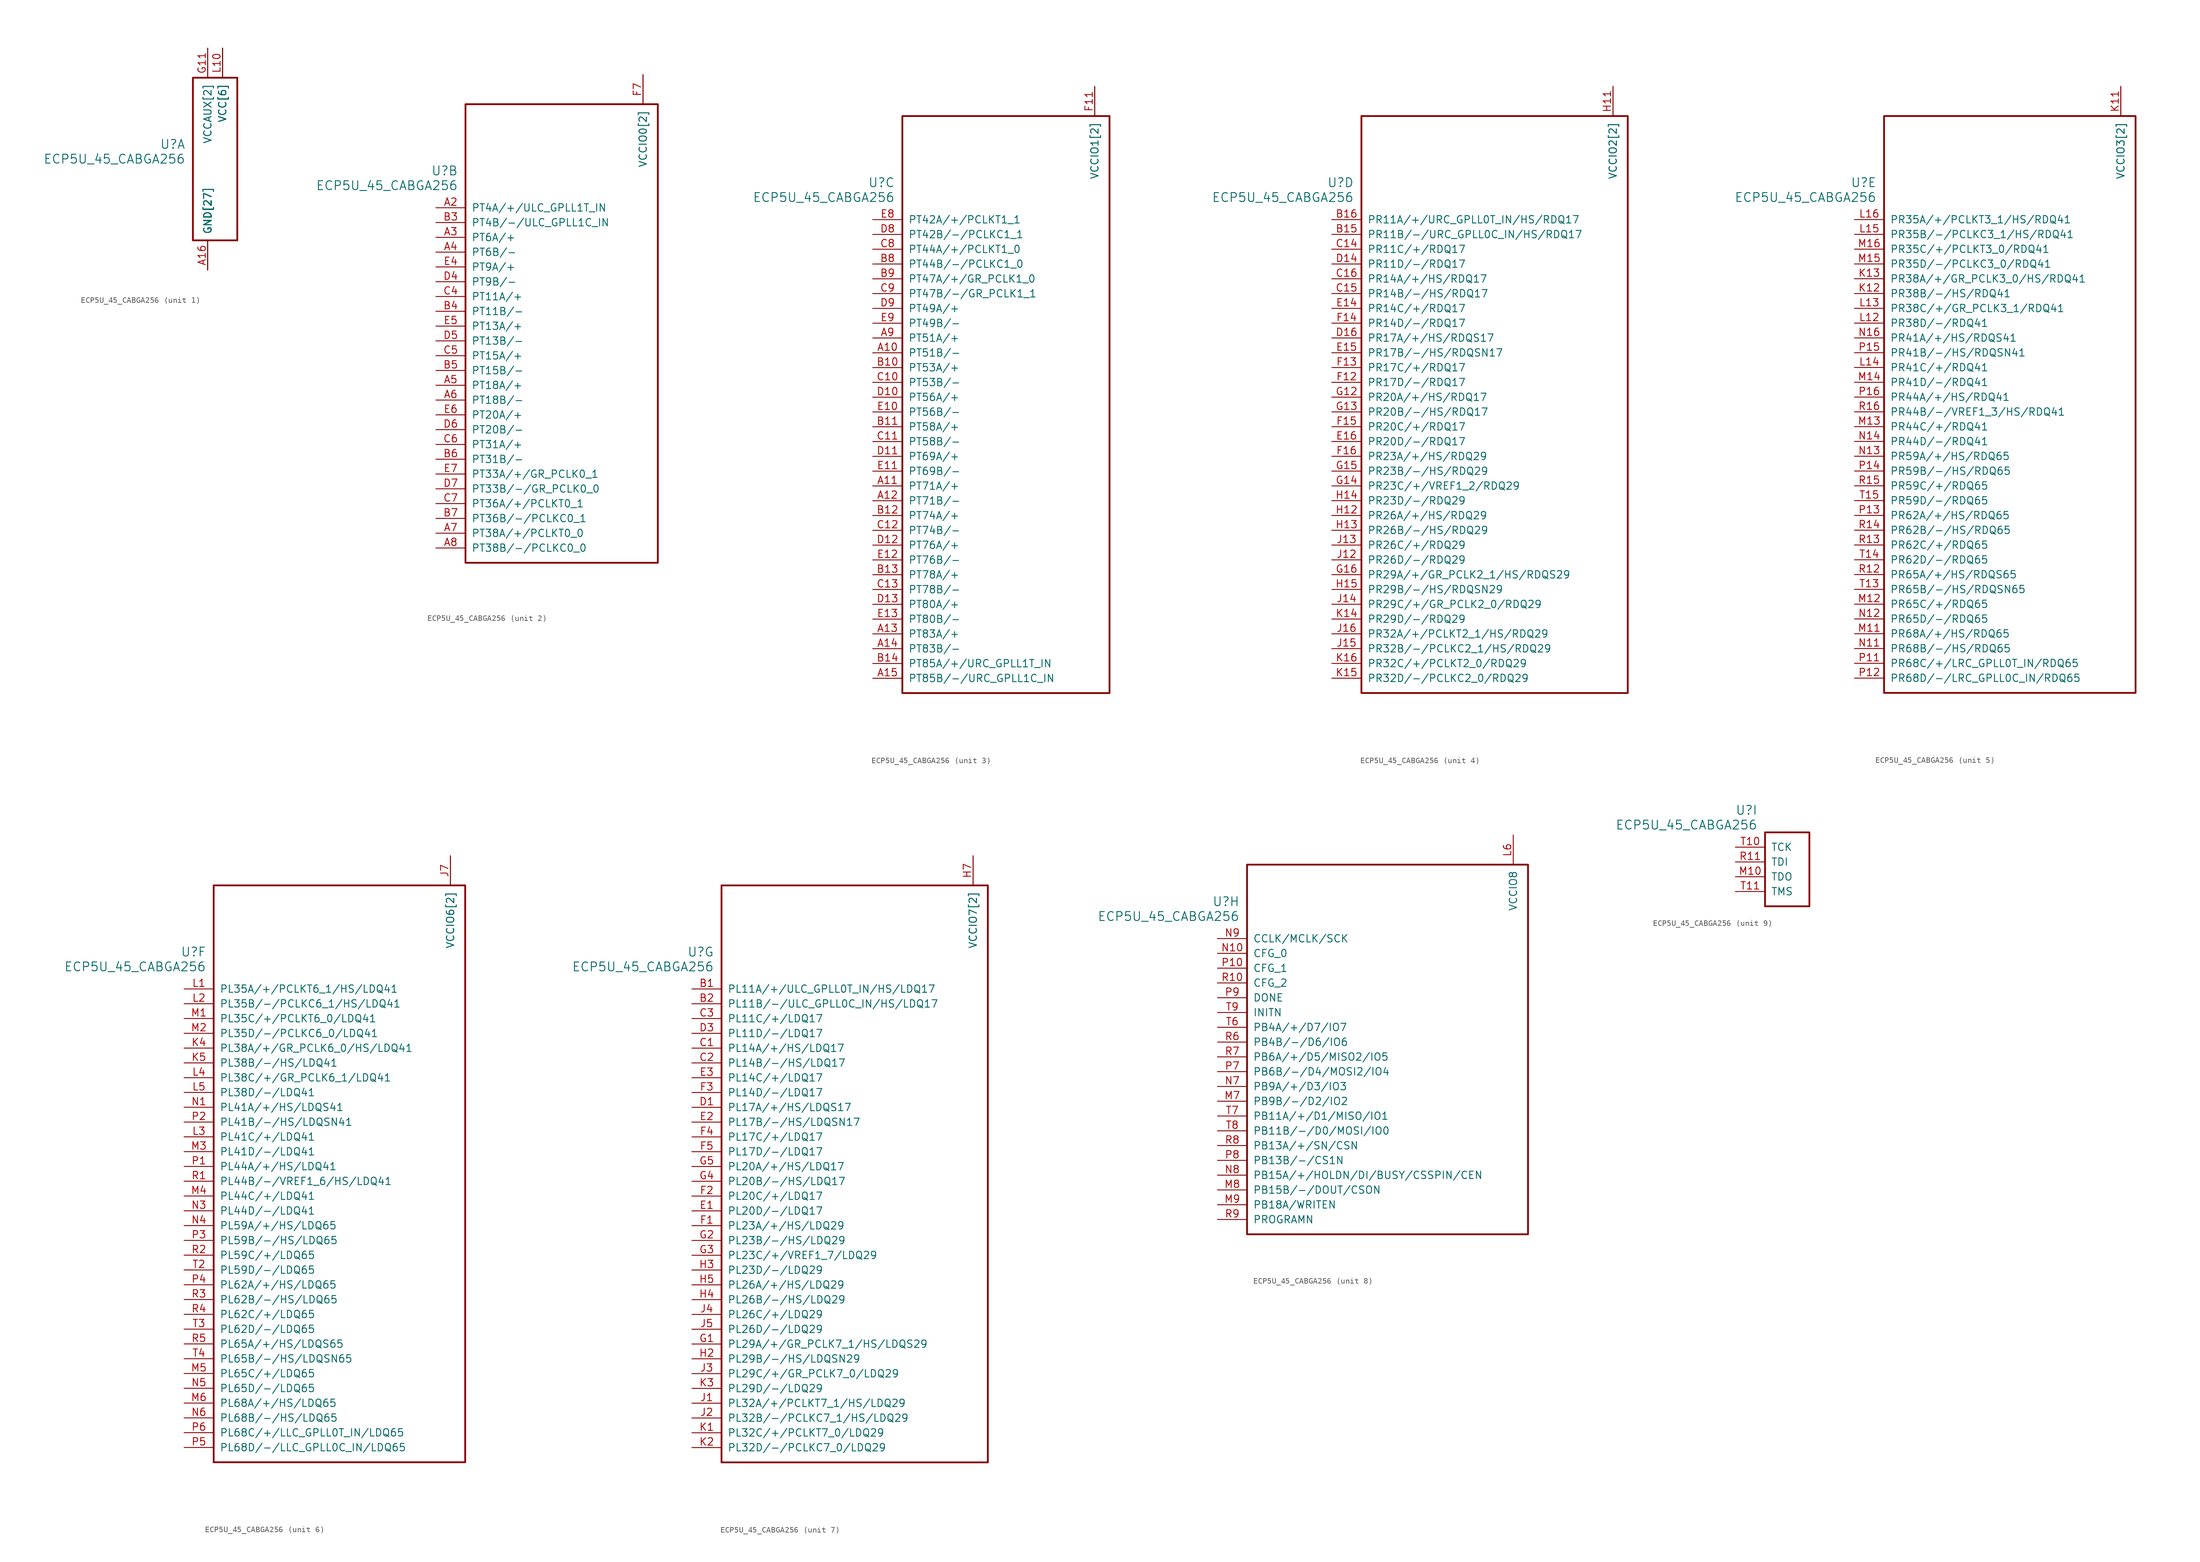
<source format=kicad_sym>
(kicad_symbol_lib
  (version 20231120)
  (generator "kicad_symbol_editor")
  (generator_version "8.0")
  (symbol "ECP5U_45_CABGA256"
    (pin_names
      (offset 1.016))
    (property "Reference" "U"
      (at 3.81 6.35 0)
      (effects (font (size 1.524 1.524)) (justify right)))
    (property "Value" "ECP5U_45_CABGA256"
      (at 3.81 3.81 0)
      (effects (font (size 1.524 1.524)) (justify right)))
    (property "ki_locked" ""
      (at 0 0 0)
      (effects (font (size 1.27 1.27))))
    (symbol "ECP5U_45_CABGA256_1_1"
      (rectangle (start 5.08 17.78) (end 12.7 -10.16) (stroke (width 0.305) (type default)) (fill (type none)))
      (pin power_in line (at 7.62 -15.24 90) (length 5.08) (name "GND[27]" (effects (font (size 1.27 1.27)))) (number "A1" (effects (font (size 0 0)))))
      (pin power_in line (at 7.62 -15.24 90) (length 5.08) (name "GND[27]" (effects (font (size 1.27 1.27)))) (number "A16" (effects (font (size 1.27 1.27)))))
      (pin power_in line (at 7.62 -15.24 90) (length 5.08) (name "GND[27]" (effects (font (size 1.27 1.27)))) (number "D15" (effects (font (size 0 0)))))
      (pin power_in line (at 7.62 -15.24 90) (length 5.08) (name "GND[27]" (effects (font (size 1.27 1.27)))) (number "D2" (effects (font (size 0 0)))))
      (pin power_in line (at 7.62 -15.24 90) (length 5.08) (name "GND[27]" (effects (font (size 1.27 1.27)))) (number "F8" (effects (font (size 0 0)))))
      (pin power_in line (at 7.62 -15.24 90) (length 5.08) (name "GND[27]" (effects (font (size 1.27 1.27)))) (number "F9" (effects (font (size 0 0)))))
      (pin power_in line (at 7.62 -15.24 90) (length 5.08) (name "GND[27]" (effects (font (size 1.27 1.27)))) (number "G10" (effects (font (size 0 0)))))
      (pin power_in line (at 7.62 22.86 270) (length 5.08) (name "VCCAUX[2]" (effects (font (size 1.27 1.27)))) (number "G11" (effects (font (size 1.27 1.27)))))
      (pin power_in line (at 10.16 22.86 270) (length 5.08) (name "VCC[6]" (effects (font (size 1.27 1.27)))) (number "G6" (effects (font (size 0 0)))))
      (pin power_in line (at 10.16 22.86 270) (length 5.08) (name "VCC[6]" (effects (font (size 1.27 1.27)))) (number "G7" (effects (font (size 0 0)))))
      (pin power_in line (at 7.62 -15.24 90) (length 5.08) (name "GND[27]" (effects (font (size 1.27 1.27)))) (number "G8" (effects (font (size 0 0)))))
      (pin power_in line (at 10.16 22.86 270) (length 5.08) (name "VCC[6]" (effects (font (size 1.27 1.27)))) (number "G9" (effects (font (size 0 0)))))
      (pin power_in line (at 7.62 -15.24 90) (length 5.08) (name "GND[27]" (effects (font (size 1.27 1.27)))) (number "H1" (effects (font (size 0 0)))))
      (pin power_in line (at 7.62 -15.24 90) (length 5.08) (name "GND[27]" (effects (font (size 1.27 1.27)))) (number "H10" (effects (font (size 0 0)))))
      (pin power_in line (at 7.62 -15.24 90) (length 5.08) (name "GND[27]" (effects (font (size 1.27 1.27)))) (number "H16" (effects (font (size 0 0)))))
      (pin power_in line (at 7.62 -15.24 90) (length 5.08) (name "GND[27]" (effects (font (size 1.27 1.27)))) (number "H8" (effects (font (size 0 0)))))
      (pin power_in line (at 7.62 -15.24 90) (length 5.08) (name "GND[27]" (effects (font (size 1.27 1.27)))) (number "H9" (effects (font (size 0 0)))))
      (pin power_in line (at 7.62 -15.24 90) (length 5.08) (name "GND[27]" (effects (font (size 1.27 1.27)))) (number "J10" (effects (font (size 0 0)))))
      (pin power_in line (at 7.62 -15.24 90) (length 5.08) (name "GND[27]" (effects (font (size 1.27 1.27)))) (number "J8" (effects (font (size 0 0)))))
      (pin power_in line (at 7.62 -15.24 90) (length 5.08) (name "GND[27]" (effects (font (size 1.27 1.27)))) (number "J9" (effects (font (size 0 0)))))
      (pin power_in line (at 7.62 -15.24 90) (length 5.08) (name "GND[27]" (effects (font (size 1.27 1.27)))) (number "K10" (effects (font (size 0 0)))))
      (pin power_in line (at 7.62 -15.24 90) (length 5.08) (name "GND[27]" (effects (font (size 1.27 1.27)))) (number "K6" (effects (font (size 0 0)))))
      (pin power_in line (at 7.62 -15.24 90) (length 5.08) (name "GND[27]" (effects (font (size 1.27 1.27)))) (number "K7" (effects (font (size 0 0)))))
      (pin power_in line (at 7.62 -15.24 90) (length 5.08) (name "GND[27]" (effects (font (size 1.27 1.27)))) (number "K8" (effects (font (size 0 0)))))
      (pin power_in line (at 7.62 -15.24 90) (length 5.08) (name "GND[27]" (effects (font (size 1.27 1.27)))) (number "K9" (effects (font (size 0 0)))))
      (pin power_in line (at 10.16 22.86 270) (length 5.08) (name "VCC[6]" (effects (font (size 1.27 1.27)))) (number "L10" (effects (font (size 1.27 1.27)))))
      (pin power_in line (at 7.62 22.86 270) (length 5.08) (name "VCCAUX[2]" (effects (font (size 1.27 1.27)))) (number "L7" (effects (font (size 0 0)))))
      (pin power_in line (at 10.16 22.86 270) (length 5.08) (name "VCC[6]" (effects (font (size 1.27 1.27)))) (number "L8" (effects (font (size 0 0)))))
      (pin power_in line (at 10.16 22.86 270) (length 5.08) (name "VCC[6]" (effects (font (size 1.27 1.27)))) (number "L9" (effects (font (size 0 0)))))
      (pin power_in line (at 7.62 -15.24 90) (length 5.08) (name "GND[27]" (effects (font (size 1.27 1.27)))) (number "N15" (effects (font (size 0 0)))))
      (pin power_in line (at 7.62 -15.24 90) (length 5.08) (name "GND[27]" (effects (font (size 1.27 1.27)))) (number "N2" (effects (font (size 0 0)))))
      (pin power_in line (at 7.62 -15.24 90) (length 5.08) (name "GND[27]" (effects (font (size 1.27 1.27)))) (number "T1" (effects (font (size 0 0)))))
      (pin power_in line (at 7.62 -15.24 90) (length 5.08) (name "GND[27]" (effects (font (size 1.27 1.27)))) (number "T12" (effects (font (size 0 0)))))
      (pin power_in line (at 7.62 -15.24 90) (length 5.08) (name "GND[27]" (effects (font (size 1.27 1.27)))) (number "T16" (effects (font (size 0 0)))))
      (pin power_in line (at 7.62 -15.24 90) (length 5.08) (name "GND[27]" (effects (font (size 1.27 1.27)))) (number "T5" (effects (font (size 0 0))))))
    (symbol "ECP5U_45_CABGA256_2_1"
      (rectangle (start 5.08 17.78) (end 38.1 -60.96) (stroke (width 0.305) (type default)) (fill (type none)))
      (pin bidirectional line (at 0 0 0) (length 5.08) (name "PT4A/+/ULC_GPLL1T_IN" (effects (font (size 1.27 1.27)))) (number "A2" (effects (font (size 1.27 1.27)))))
      (pin bidirectional line (at 0 -5.08 0) (length 5.08) (name "PT6A/+" (effects (font (size 1.27 1.27)))) (number "A3" (effects (font (size 1.27 1.27)))))
      (pin bidirectional line (at 0 -7.62 0) (length 5.08) (name "PT6B/-" (effects (font (size 1.27 1.27)))) (number "A4" (effects (font (size 1.27 1.27)))))
      (pin bidirectional line (at 0 -30.48 0) (length 5.08) (name "PT18A/+" (effects (font (size 1.27 1.27)))) (number "A5" (effects (font (size 1.27 1.27)))))
      (pin bidirectional line (at 0 -33.02 0) (length 5.08) (name "PT18B/-" (effects (font (size 1.27 1.27)))) (number "A6" (effects (font (size 1.27 1.27)))))
      (pin bidirectional line (at 0 -55.88 0) (length 5.08) (name "PT38A/+/PCLKT0_0" (effects (font (size 1.27 1.27)))) (number "A7" (effects (font (size 1.27 1.27)))))
      (pin bidirectional line (at 0 -58.42 0) (length 5.08) (name "PT38B/-/PCLKC0_0" (effects (font (size 1.27 1.27)))) (number "A8" (effects (font (size 1.27 1.27)))))
      (pin bidirectional line (at 0 -2.54 0) (length 5.08) (name "PT4B/-/ULC_GPLL1C_IN" (effects (font (size 1.27 1.27)))) (number "B3" (effects (font (size 1.27 1.27)))))
      (pin bidirectional line (at 0 -17.78 0) (length 5.08) (name "PT11B/-" (effects (font (size 1.27 1.27)))) (number "B4" (effects (font (size 1.27 1.27)))))
      (pin bidirectional line (at 0 -27.94 0) (length 5.08) (name "PT15B/-" (effects (font (size 1.27 1.27)))) (number "B5" (effects (font (size 1.27 1.27)))))
      (pin bidirectional line (at 0 -43.18 0) (length 5.08) (name "PT31B/-" (effects (font (size 1.27 1.27)))) (number "B6" (effects (font (size 1.27 1.27)))))
      (pin bidirectional line (at 0 -53.34 0) (length 5.08) (name "PT36B/-/PCLKC0_1" (effects (font (size 1.27 1.27)))) (number "B7" (effects (font (size 1.27 1.27)))))
      (pin bidirectional line (at 0 -15.24 0) (length 5.08) (name "PT11A/+" (effects (font (size 1.27 1.27)))) (number "C4" (effects (font (size 1.27 1.27)))))
      (pin bidirectional line (at 0 -25.4 0) (length 5.08) (name "PT15A/+" (effects (font (size 1.27 1.27)))) (number "C5" (effects (font (size 1.27 1.27)))))
      (pin bidirectional line (at 0 -40.64 0) (length 5.08) (name "PT31A/+" (effects (font (size 1.27 1.27)))) (number "C6" (effects (font (size 1.27 1.27)))))
      (pin bidirectional line (at 0 -50.8 0) (length 5.08) (name "PT36A/+/PCLKT0_1" (effects (font (size 1.27 1.27)))) (number "C7" (effects (font (size 1.27 1.27)))))
      (pin bidirectional line (at 0 -12.7 0) (length 5.08) (name "PT9B/-" (effects (font (size 1.27 1.27)))) (number "D4" (effects (font (size 1.27 1.27)))))
      (pin bidirectional line (at 0 -22.86 0) (length 5.08) (name "PT13B/-" (effects (font (size 1.27 1.27)))) (number "D5" (effects (font (size 1.27 1.27)))))
      (pin bidirectional line (at 0 -38.1 0) (length 5.08) (name "PT20B/-" (effects (font (size 1.27 1.27)))) (number "D6" (effects (font (size 1.27 1.27)))))
      (pin bidirectional line (at 0 -48.26 0) (length 5.08) (name "PT33B/-/GR_PCLK0_0" (effects (font (size 1.27 1.27)))) (number "D7" (effects (font (size 1.27 1.27)))))
      (pin bidirectional line (at 0 -10.16 0) (length 5.08) (name "PT9A/+" (effects (font (size 1.27 1.27)))) (number "E4" (effects (font (size 1.27 1.27)))))
      (pin bidirectional line (at 0 -20.32 0) (length 5.08) (name "PT13A/+" (effects (font (size 1.27 1.27)))) (number "E5" (effects (font (size 1.27 1.27)))))
      (pin bidirectional line (at 0 -35.56 0) (length 5.08) (name "PT20A/+" (effects (font (size 1.27 1.27)))) (number "E6" (effects (font (size 1.27 1.27)))))
      (pin bidirectional line (at 0 -45.72 0) (length 5.08) (name "PT33A/+/GR_PCLK0_1" (effects (font (size 1.27 1.27)))) (number "E7" (effects (font (size 1.27 1.27)))))
      (pin power_in line (at 35.56 22.86 270) (length 5.08) (name "VCCIO0[2]" (effects (font (size 1.27 1.27)))) (number "F6" (effects (font (size 0 0)))))
      (pin power_in line (at 35.56 22.86 270) (length 5.08) (name "VCCIO0[2]" (effects (font (size 1.27 1.27)))) (number "F7" (effects (font (size 1.27 1.27))))))
    (symbol "ECP5U_45_CABGA256_3_1"
      (rectangle (start 5.08 17.78) (end 40.64 -81.28) (stroke (width 0.305) (type default)) (fill (type none)))
      (pin bidirectional line (at 0 -22.86 0) (length 5.08) (name "PT51B/-" (effects (font (size 1.27 1.27)))) (number "A10" (effects (font (size 1.27 1.27)))))
      (pin bidirectional line (at 0 -45.72 0) (length 5.08) (name "PT71A/+" (effects (font (size 1.27 1.27)))) (number "A11" (effects (font (size 1.27 1.27)))))
      (pin bidirectional line (at 0 -48.26 0) (length 5.08) (name "PT71B/-" (effects (font (size 1.27 1.27)))) (number "A12" (effects (font (size 1.27 1.27)))))
      (pin bidirectional line (at 0 -71.12 0) (length 5.08) (name "PT83A/+" (effects (font (size 1.27 1.27)))) (number "A13" (effects (font (size 1.27 1.27)))))
      (pin bidirectional line (at 0 -73.66 0) (length 5.08) (name "PT83B/-" (effects (font (size 1.27 1.27)))) (number "A14" (effects (font (size 1.27 1.27)))))
      (pin bidirectional line (at 0 -78.74 0) (length 5.08) (name "PT85B/-/URC_GPLL1C_IN" (effects (font (size 1.27 1.27)))) (number "A15" (effects (font (size 1.27 1.27)))))
      (pin bidirectional line (at 0 -20.32 0) (length 5.08) (name "PT51A/+" (effects (font (size 1.27 1.27)))) (number "A9" (effects (font (size 1.27 1.27)))))
      (pin bidirectional line (at 0 -25.4 0) (length 5.08) (name "PT53A/+" (effects (font (size 1.27 1.27)))) (number "B10" (effects (font (size 1.27 1.27)))))
      (pin bidirectional line (at 0 -35.56 0) (length 5.08) (name "PT58A/+" (effects (font (size 1.27 1.27)))) (number "B11" (effects (font (size 1.27 1.27)))))
      (pin bidirectional line (at 0 -50.8 0) (length 5.08) (name "PT74A/+" (effects (font (size 1.27 1.27)))) (number "B12" (effects (font (size 1.27 1.27)))))
      (pin bidirectional line (at 0 -60.96 0) (length 5.08) (name "PT78A/+" (effects (font (size 1.27 1.27)))) (number "B13" (effects (font (size 1.27 1.27)))))
      (pin bidirectional line (at 0 -76.2 0) (length 5.08) (name "PT85A/+/URC_GPLL1T_IN" (effects (font (size 1.27 1.27)))) (number "B14" (effects (font (size 1.27 1.27)))))
      (pin bidirectional line (at 0 -7.62 0) (length 5.08) (name "PT44B/-/PCLKC1_0" (effects (font (size 1.27 1.27)))) (number "B8" (effects (font (size 1.27 1.27)))))
      (pin bidirectional line (at 0 -10.16 0) (length 5.08) (name "PT47A/+/GR_PCLK1_0" (effects (font (size 1.27 1.27)))) (number "B9" (effects (font (size 1.27 1.27)))))
      (pin bidirectional line (at 0 -27.94 0) (length 5.08) (name "PT53B/-" (effects (font (size 1.27 1.27)))) (number "C10" (effects (font (size 1.27 1.27)))))
      (pin bidirectional line (at 0 -38.1 0) (length 5.08) (name "PT58B/-" (effects (font (size 1.27 1.27)))) (number "C11" (effects (font (size 1.27 1.27)))))
      (pin bidirectional line (at 0 -53.34 0) (length 5.08) (name "PT74B/-" (effects (font (size 1.27 1.27)))) (number "C12" (effects (font (size 1.27 1.27)))))
      (pin bidirectional line (at 0 -63.5 0) (length 5.08) (name "PT78B/-" (effects (font (size 1.27 1.27)))) (number "C13" (effects (font (size 1.27 1.27)))))
      (pin bidirectional line (at 0 -5.08 0) (length 5.08) (name "PT44A/+/PCLKT1_0" (effects (font (size 1.27 1.27)))) (number "C8" (effects (font (size 1.27 1.27)))))
      (pin bidirectional line (at 0 -12.7 0) (length 5.08) (name "PT47B/-/GR_PCLK1_1" (effects (font (size 1.27 1.27)))) (number "C9" (effects (font (size 1.27 1.27)))))
      (pin bidirectional line (at 0 -30.48 0) (length 5.08) (name "PT56A/+" (effects (font (size 1.27 1.27)))) (number "D10" (effects (font (size 1.27 1.27)))))
      (pin bidirectional line (at 0 -40.64 0) (length 5.08) (name "PT69A/+" (effects (font (size 1.27 1.27)))) (number "D11" (effects (font (size 1.27 1.27)))))
      (pin bidirectional line (at 0 -55.88 0) (length 5.08) (name "PT76A/+" (effects (font (size 1.27 1.27)))) (number "D12" (effects (font (size 1.27 1.27)))))
      (pin bidirectional line (at 0 -66.04 0) (length 5.08) (name "PT80A/+" (effects (font (size 1.27 1.27)))) (number "D13" (effects (font (size 1.27 1.27)))))
      (pin bidirectional line (at 0 -2.54 0) (length 5.08) (name "PT42B/-/PCLKC1_1" (effects (font (size 1.27 1.27)))) (number "D8" (effects (font (size 1.27 1.27)))))
      (pin bidirectional line (at 0 -15.24 0) (length 5.08) (name "PT49A/+" (effects (font (size 1.27 1.27)))) (number "D9" (effects (font (size 1.27 1.27)))))
      (pin bidirectional line (at 0 -33.02 0) (length 5.08) (name "PT56B/-" (effects (font (size 1.27 1.27)))) (number "E10" (effects (font (size 1.27 1.27)))))
      (pin bidirectional line (at 0 -43.18 0) (length 5.08) (name "PT69B/-" (effects (font (size 1.27 1.27)))) (number "E11" (effects (font (size 1.27 1.27)))))
      (pin bidirectional line (at 0 -58.42 0) (length 5.08) (name "PT76B/-" (effects (font (size 1.27 1.27)))) (number "E12" (effects (font (size 1.27 1.27)))))
      (pin bidirectional line (at 0 -68.58 0) (length 5.08) (name "PT80B/-" (effects (font (size 1.27 1.27)))) (number "E13" (effects (font (size 1.27 1.27)))))
      (pin bidirectional line (at 0 0 0) (length 5.08) (name "PT42A/+/PCLKT1_1" (effects (font (size 1.27 1.27)))) (number "E8" (effects (font (size 1.27 1.27)))))
      (pin bidirectional line (at 0 -17.78 0) (length 5.08) (name "PT49B/-" (effects (font (size 1.27 1.27)))) (number "E9" (effects (font (size 1.27 1.27)))))
      (pin power_in line (at 38.1 22.86 270) (length 5.08) (name "VCCIO1[2]" (effects (font (size 1.27 1.27)))) (number "F10" (effects (font (size 0 0)))))
      (pin power_in line (at 38.1 22.86 270) (length 5.08) (name "VCCIO1[2]" (effects (font (size 1.27 1.27)))) (number "F11" (effects (font (size 1.27 1.27))))))
    (symbol "ECP5U_45_CABGA256_4_1"
      (rectangle (start 5.08 17.78) (end 50.8 -81.28) (stroke (width 0.305) (type default)) (fill (type none)))
      (pin bidirectional line (at 0 -2.54 0) (length 5.08) (name "PR11B/-/URC_GPLL0C_IN/HS/RDQ17" (effects (font (size 1.27 1.27)))) (number "B15" (effects (font (size 1.27 1.27)))))
      (pin bidirectional line (at 0 0 0) (length 5.08) (name "PR11A/+/URC_GPLL0T_IN/HS/RDQ17" (effects (font (size 1.27 1.27)))) (number "B16" (effects (font (size 1.27 1.27)))))
      (pin bidirectional line (at 0 -5.08 0) (length 5.08) (name "PR11C/+/RDQ17" (effects (font (size 1.27 1.27)))) (number "C14" (effects (font (size 1.27 1.27)))))
      (pin bidirectional line (at 0 -12.7 0) (length 5.08) (name "PR14B/-/HS/RDQ17" (effects (font (size 1.27 1.27)))) (number "C15" (effects (font (size 1.27 1.27)))))
      (pin bidirectional line (at 0 -10.16 0) (length 5.08) (name "PR14A/+/HS/RDQ17" (effects (font (size 1.27 1.27)))) (number "C16" (effects (font (size 1.27 1.27)))))
      (pin bidirectional line (at 0 -7.62 0) (length 5.08) (name "PR11D/-/RDQ17" (effects (font (size 1.27 1.27)))) (number "D14" (effects (font (size 1.27 1.27)))))
      (pin bidirectional line (at 0 -20.32 0) (length 5.08) (name "PR17A/+/HS/RDQS17" (effects (font (size 1.27 1.27)))) (number "D16" (effects (font (size 1.27 1.27)))))
      (pin bidirectional line (at 0 -15.24 0) (length 5.08) (name "PR14C/+/RDQ17" (effects (font (size 1.27 1.27)))) (number "E14" (effects (font (size 1.27 1.27)))))
      (pin bidirectional line (at 0 -22.86 0) (length 5.08) (name "PR17B/-/HS/RDQSN17" (effects (font (size 1.27 1.27)))) (number "E15" (effects (font (size 1.27 1.27)))))
      (pin bidirectional line (at 0 -38.1 0) (length 5.08) (name "PR20D/-/RDQ17" (effects (font (size 1.27 1.27)))) (number "E16" (effects (font (size 1.27 1.27)))))
      (pin bidirectional line (at 0 -27.94 0) (length 5.08) (name "PR17D/-/RDQ17" (effects (font (size 1.27 1.27)))) (number "F12" (effects (font (size 1.27 1.27)))))
      (pin bidirectional line (at 0 -25.4 0) (length 5.08) (name "PR17C/+/RDQ17" (effects (font (size 1.27 1.27)))) (number "F13" (effects (font (size 1.27 1.27)))))
      (pin bidirectional line (at 0 -17.78 0) (length 5.08) (name "PR14D/-/RDQ17" (effects (font (size 1.27 1.27)))) (number "F14" (effects (font (size 1.27 1.27)))))
      (pin bidirectional line (at 0 -35.56 0) (length 5.08) (name "PR20C/+/RDQ17" (effects (font (size 1.27 1.27)))) (number "F15" (effects (font (size 1.27 1.27)))))
      (pin bidirectional line (at 0 -40.64 0) (length 5.08) (name "PR23A/+/HS/RDQ29" (effects (font (size 1.27 1.27)))) (number "F16" (effects (font (size 1.27 1.27)))))
      (pin bidirectional line (at 0 -30.48 0) (length 5.08) (name "PR20A/+/HS/RDQ17" (effects (font (size 1.27 1.27)))) (number "G12" (effects (font (size 1.27 1.27)))))
      (pin bidirectional line (at 0 -33.02 0) (length 5.08) (name "PR20B/-/HS/RDQ17" (effects (font (size 1.27 1.27)))) (number "G13" (effects (font (size 1.27 1.27)))))
      (pin bidirectional line (at 0 -45.72 0) (length 5.08) (name "PR23C/+/VREF1_2/RDQ29" (effects (font (size 1.27 1.27)))) (number "G14" (effects (font (size 1.27 1.27)))))
      (pin bidirectional line (at 0 -43.18 0) (length 5.08) (name "PR23B/-/HS/RDQ29" (effects (font (size 1.27 1.27)))) (number "G15" (effects (font (size 1.27 1.27)))))
      (pin bidirectional line (at 0 -60.96 0) (length 5.08) (name "PR29A/+/GR_PCLK2_1/HS/RDQS29" (effects (font (size 1.27 1.27)))) (number "G16" (effects (font (size 1.27 1.27)))))
      (pin power_in line (at 48.26 22.86 270) (length 5.08) (name "VCCIO2[2]" (effects (font (size 1.27 1.27)))) (number "H11" (effects (font (size 1.27 1.27)))))
      (pin bidirectional line (at 0 -50.8 0) (length 5.08) (name "PR26A/+/HS/RDQ29" (effects (font (size 1.27 1.27)))) (number "H12" (effects (font (size 1.27 1.27)))))
      (pin bidirectional line (at 0 -53.34 0) (length 5.08) (name "PR26B/-/HS/RDQ29" (effects (font (size 1.27 1.27)))) (number "H13" (effects (font (size 1.27 1.27)))))
      (pin bidirectional line (at 0 -48.26 0) (length 5.08) (name "PR23D/-/RDQ29" (effects (font (size 1.27 1.27)))) (number "H14" (effects (font (size 1.27 1.27)))))
      (pin bidirectional line (at 0 -63.5 0) (length 5.08) (name "PR29B/-/HS/RDQSN29" (effects (font (size 1.27 1.27)))) (number "H15" (effects (font (size 1.27 1.27)))))
      (pin power_in line (at 48.26 22.86 270) (length 5.08) (name "VCCIO2[2]" (effects (font (size 1.27 1.27)))) (number "J11" (effects (font (size 0 0)))))
      (pin bidirectional line (at 0 -58.42 0) (length 5.08) (name "PR26D/-/RDQ29" (effects (font (size 1.27 1.27)))) (number "J12" (effects (font (size 1.27 1.27)))))
      (pin bidirectional line (at 0 -55.88 0) (length 5.08) (name "PR26C/+/RDQ29" (effects (font (size 1.27 1.27)))) (number "J13" (effects (font (size 1.27 1.27)))))
      (pin bidirectional line (at 0 -66.04 0) (length 5.08) (name "PR29C/+/GR_PCLK2_0/RDQ29" (effects (font (size 1.27 1.27)))) (number "J14" (effects (font (size 1.27 1.27)))))
      (pin bidirectional line (at 0 -73.66 0) (length 5.08) (name "PR32B/-/PCLKC2_1/HS/RDQ29" (effects (font (size 1.27 1.27)))) (number "J15" (effects (font (size 1.27 1.27)))))
      (pin bidirectional line (at 0 -71.12 0) (length 5.08) (name "PR32A/+/PCLKT2_1/HS/RDQ29" (effects (font (size 1.27 1.27)))) (number "J16" (effects (font (size 1.27 1.27)))))
      (pin bidirectional line (at 0 -68.58 0) (length 5.08) (name "PR29D/-/RDQ29" (effects (font (size 1.27 1.27)))) (number "K14" (effects (font (size 1.27 1.27)))))
      (pin bidirectional line (at 0 -78.74 0) (length 5.08) (name "PR32D/-/PCLKC2_0/RDQ29" (effects (font (size 1.27 1.27)))) (number "K15" (effects (font (size 1.27 1.27)))))
      (pin bidirectional line (at 0 -76.2 0) (length 5.08) (name "PR32C/+/PCLKT2_0/RDQ29" (effects (font (size 1.27 1.27)))) (number "K16" (effects (font (size 1.27 1.27))))))
    (symbol "ECP5U_45_CABGA256_5_1"
      (rectangle (start 5.08 17.78) (end 48.26 -81.28) (stroke (width 0.305) (type default)) (fill (type none)))
      (pin power_in line (at 45.72 22.86 270) (length 5.08) (name "VCCIO3[2]" (effects (font (size 1.27 1.27)))) (number "K11" (effects (font (size 1.27 1.27)))))
      (pin bidirectional line (at 0 -12.7 0) (length 5.08) (name "PR38B/-/HS/RDQ41" (effects (font (size 1.27 1.27)))) (number "K12" (effects (font (size 1.27 1.27)))))
      (pin bidirectional line (at 0 -10.16 0) (length 5.08) (name "PR38A/+/GR_PCLK3_0/HS/RDQ41" (effects (font (size 1.27 1.27)))) (number "K13" (effects (font (size 1.27 1.27)))))
      (pin power_in line (at 45.72 22.86 270) (length 5.08) (name "VCCIO3[2]" (effects (font (size 1.27 1.27)))) (number "L11" (effects (font (size 0 0)))))
      (pin bidirectional line (at 0 -17.78 0) (length 5.08) (name "PR38D/-/RDQ41" (effects (font (size 1.27 1.27)))) (number "L12" (effects (font (size 1.27 1.27)))))
      (pin bidirectional line (at 0 -15.24 0) (length 5.08) (name "PR38C/+/GR_PCLK3_1/RDQ41" (effects (font (size 1.27 1.27)))) (number "L13" (effects (font (size 1.27 1.27)))))
      (pin bidirectional line (at 0 -25.4 0) (length 5.08) (name "PR41C/+/RDQ41" (effects (font (size 1.27 1.27)))) (number "L14" (effects (font (size 1.27 1.27)))))
      (pin bidirectional line (at 0 -2.54 0) (length 5.08) (name "PR35B/-/PCLKC3_1/HS/RDQ41" (effects (font (size 1.27 1.27)))) (number "L15" (effects (font (size 1.27 1.27)))))
      (pin bidirectional line (at 0 0 0) (length 5.08) (name "PR35A/+/PCLKT3_1/HS/RDQ41" (effects (font (size 1.27 1.27)))) (number "L16" (effects (font (size 1.27 1.27)))))
      (pin bidirectional line (at 0 -71.12 0) (length 5.08) (name "PR68A/+/HS/RDQ65" (effects (font (size 1.27 1.27)))) (number "M11" (effects (font (size 1.27 1.27)))))
      (pin bidirectional line (at 0 -66.04 0) (length 5.08) (name "PR65C/+/RDQ65" (effects (font (size 1.27 1.27)))) (number "M12" (effects (font (size 1.27 1.27)))))
      (pin bidirectional line (at 0 -35.56 0) (length 5.08) (name "PR44C/+/RDQ41" (effects (font (size 1.27 1.27)))) (number "M13" (effects (font (size 1.27 1.27)))))
      (pin bidirectional line (at 0 -27.94 0) (length 5.08) (name "PR41D/-/RDQ41" (effects (font (size 1.27 1.27)))) (number "M14" (effects (font (size 1.27 1.27)))))
      (pin bidirectional line (at 0 -7.62 0) (length 5.08) (name "PR35D/-/PCLKC3_0/RDQ41" (effects (font (size 1.27 1.27)))) (number "M15" (effects (font (size 1.27 1.27)))))
      (pin bidirectional line (at 0 -5.08 0) (length 5.08) (name "PR35C/+/PCLKT3_0/RDQ41" (effects (font (size 1.27 1.27)))) (number "M16" (effects (font (size 1.27 1.27)))))
      (pin bidirectional line (at 0 -73.66 0) (length 5.08) (name "PR68B/-/HS/RDQ65" (effects (font (size 1.27 1.27)))) (number "N11" (effects (font (size 1.27 1.27)))))
      (pin bidirectional line (at 0 -68.58 0) (length 5.08) (name "PR65D/-/RDQ65" (effects (font (size 1.27 1.27)))) (number "N12" (effects (font (size 1.27 1.27)))))
      (pin bidirectional line (at 0 -40.64 0) (length 5.08) (name "PR59A/+/HS/RDQ65" (effects (font (size 1.27 1.27)))) (number "N13" (effects (font (size 1.27 1.27)))))
      (pin bidirectional line (at 0 -38.1 0) (length 5.08) (name "PR44D/-/RDQ41" (effects (font (size 1.27 1.27)))) (number "N14" (effects (font (size 1.27 1.27)))))
      (pin bidirectional line (at 0 -20.32 0) (length 5.08) (name "PR41A/+/HS/RDQS41" (effects (font (size 1.27 1.27)))) (number "N16" (effects (font (size 1.27 1.27)))))
      (pin bidirectional line (at 0 -76.2 0) (length 5.08) (name "PR68C/+/LRC_GPLL0T_IN/RDQ65" (effects (font (size 1.27 1.27)))) (number "P11" (effects (font (size 1.27 1.27)))))
      (pin bidirectional line (at 0 -78.74 0) (length 5.08) (name "PR68D/-/LRC_GPLL0C_IN/RDQ65" (effects (font (size 1.27 1.27)))) (number "P12" (effects (font (size 1.27 1.27)))))
      (pin bidirectional line (at 0 -50.8 0) (length 5.08) (name "PR62A/+/HS/RDQ65" (effects (font (size 1.27 1.27)))) (number "P13" (effects (font (size 1.27 1.27)))))
      (pin bidirectional line (at 0 -43.18 0) (length 5.08) (name "PR59B/-/HS/RDQ65" (effects (font (size 1.27 1.27)))) (number "P14" (effects (font (size 1.27 1.27)))))
      (pin bidirectional line (at 0 -22.86 0) (length 5.08) (name "PR41B/-/HS/RDQSN41" (effects (font (size 1.27 1.27)))) (number "P15" (effects (font (size 1.27 1.27)))))
      (pin bidirectional line (at 0 -30.48 0) (length 5.08) (name "PR44A/+/HS/RDQ41" (effects (font (size 1.27 1.27)))) (number "P16" (effects (font (size 1.27 1.27)))))
      (pin bidirectional line (at 0 -60.96 0) (length 5.08) (name "PR65A/+/HS/RDQS65" (effects (font (size 1.27 1.27)))) (number "R12" (effects (font (size 1.27 1.27)))))
      (pin bidirectional line (at 0 -55.88 0) (length 5.08) (name "PR62C/+/RDQ65" (effects (font (size 1.27 1.27)))) (number "R13" (effects (font (size 1.27 1.27)))))
      (pin bidirectional line (at 0 -53.34 0) (length 5.08) (name "PR62B/-/HS/RDQ65" (effects (font (size 1.27 1.27)))) (number "R14" (effects (font (size 1.27 1.27)))))
      (pin bidirectional line (at 0 -45.72 0) (length 5.08) (name "PR59C/+/RDQ65" (effects (font (size 1.27 1.27)))) (number "R15" (effects (font (size 1.27 1.27)))))
      (pin bidirectional line (at 0 -33.02 0) (length 5.08) (name "PR44B/-/VREF1_3/HS/RDQ41" (effects (font (size 1.27 1.27)))) (number "R16" (effects (font (size 1.27 1.27)))))
      (pin bidirectional line (at 0 -63.5 0) (length 5.08) (name "PR65B/-/HS/RDQSN65" (effects (font (size 1.27 1.27)))) (number "T13" (effects (font (size 1.27 1.27)))))
      (pin bidirectional line (at 0 -58.42 0) (length 5.08) (name "PR62D/-/RDQ65" (effects (font (size 1.27 1.27)))) (number "T14" (effects (font (size 1.27 1.27)))))
      (pin bidirectional line (at 0 -48.26 0) (length 5.08) (name "PR59D/-/RDQ65" (effects (font (size 1.27 1.27)))) (number "T15" (effects (font (size 1.27 1.27))))))
    (symbol "ECP5U_45_CABGA256_6_1"
      (rectangle (start 5.08 17.78) (end 48.26 -81.28) (stroke (width 0.305) (type default)) (fill (type none)))
      (pin power_in line (at 45.72 22.86 270) (length 5.08) (name "VCCIO6[2]" (effects (font (size 1.27 1.27)))) (number "J6" (effects (font (size 0 0)))))
      (pin power_in line (at 45.72 22.86 270) (length 5.08) (name "VCCIO6[2]" (effects (font (size 1.27 1.27)))) (number "J7" (effects (font (size 1.27 1.27)))))
      (pin bidirectional line (at 0 -10.16 0) (length 5.08) (name "PL38A/+/GR_PCLK6_0/HS/LDQ41" (effects (font (size 1.27 1.27)))) (number "K4" (effects (font (size 1.27 1.27)))))
      (pin bidirectional line (at 0 -12.7 0) (length 5.08) (name "PL38B/-/HS/LDQ41" (effects (font (size 1.27 1.27)))) (number "K5" (effects (font (size 1.27 1.27)))))
      (pin bidirectional line (at 0 0 0) (length 5.08) (name "PL35A/+/PCLKT6_1/HS/LDQ41" (effects (font (size 1.27 1.27)))) (number "L1" (effects (font (size 1.27 1.27)))))
      (pin bidirectional line (at 0 -2.54 0) (length 5.08) (name "PL35B/-/PCLKC6_1/HS/LDQ41" (effects (font (size 1.27 1.27)))) (number "L2" (effects (font (size 1.27 1.27)))))
      (pin bidirectional line (at 0 -25.4 0) (length 5.08) (name "PL41C/+/LDQ41" (effects (font (size 1.27 1.27)))) (number "L3" (effects (font (size 1.27 1.27)))))
      (pin bidirectional line (at 0 -15.24 0) (length 5.08) (name "PL38C/+/GR_PCLK6_1/LDQ41" (effects (font (size 1.27 1.27)))) (number "L4" (effects (font (size 1.27 1.27)))))
      (pin bidirectional line (at 0 -17.78 0) (length 5.08) (name "PL38D/-/LDQ41" (effects (font (size 1.27 1.27)))) (number "L5" (effects (font (size 1.27 1.27)))))
      (pin bidirectional line (at 0 -5.08 0) (length 5.08) (name "PL35C/+/PCLKT6_0/LDQ41" (effects (font (size 1.27 1.27)))) (number "M1" (effects (font (size 1.27 1.27)))))
      (pin bidirectional line (at 0 -7.62 0) (length 5.08) (name "PL35D/-/PCLKC6_0/LDQ41" (effects (font (size 1.27 1.27)))) (number "M2" (effects (font (size 1.27 1.27)))))
      (pin bidirectional line (at 0 -27.94 0) (length 5.08) (name "PL41D/-/LDQ41" (effects (font (size 1.27 1.27)))) (number "M3" (effects (font (size 1.27 1.27)))))
      (pin bidirectional line (at 0 -35.56 0) (length 5.08) (name "PL44C/+/LDQ41" (effects (font (size 1.27 1.27)))) (number "M4" (effects (font (size 1.27 1.27)))))
      (pin bidirectional line (at 0 -66.04 0) (length 5.08) (name "PL65C/+/LDQ65" (effects (font (size 1.27 1.27)))) (number "M5" (effects (font (size 1.27 1.27)))))
      (pin bidirectional line (at 0 -71.12 0) (length 5.08) (name "PL68A/+/HS/LDQ65" (effects (font (size 1.27 1.27)))) (number "M6" (effects (font (size 1.27 1.27)))))
      (pin bidirectional line (at 0 -20.32 0) (length 5.08) (name "PL41A/+/HS/LDQS41" (effects (font (size 1.27 1.27)))) (number "N1" (effects (font (size 1.27 1.27)))))
      (pin bidirectional line (at 0 -38.1 0) (length 5.08) (name "PL44D/-/LDQ41" (effects (font (size 1.27 1.27)))) (number "N3" (effects (font (size 1.27 1.27)))))
      (pin bidirectional line (at 0 -40.64 0) (length 5.08) (name "PL59A/+/HS/LDQ65" (effects (font (size 1.27 1.27)))) (number "N4" (effects (font (size 1.27 1.27)))))
      (pin bidirectional line (at 0 -68.58 0) (length 5.08) (name "PL65D/-/LDQ65" (effects (font (size 1.27 1.27)))) (number "N5" (effects (font (size 1.27 1.27)))))
      (pin bidirectional line (at 0 -73.66 0) (length 5.08) (name "PL68B/-/HS/LDQ65" (effects (font (size 1.27 1.27)))) (number "N6" (effects (font (size 1.27 1.27)))))
      (pin bidirectional line (at 0 -30.48 0) (length 5.08) (name "PL44A/+/HS/LDQ41" (effects (font (size 1.27 1.27)))) (number "P1" (effects (font (size 1.27 1.27)))))
      (pin bidirectional line (at 0 -22.86 0) (length 5.08) (name "PL41B/-/HS/LDQSN41" (effects (font (size 1.27 1.27)))) (number "P2" (effects (font (size 1.27 1.27)))))
      (pin bidirectional line (at 0 -43.18 0) (length 5.08) (name "PL59B/-/HS/LDQ65" (effects (font (size 1.27 1.27)))) (number "P3" (effects (font (size 1.27 1.27)))))
      (pin bidirectional line (at 0 -50.8 0) (length 5.08) (name "PL62A/+/HS/LDQ65" (effects (font (size 1.27 1.27)))) (number "P4" (effects (font (size 1.27 1.27)))))
      (pin bidirectional line (at 0 -78.74 0) (length 5.08) (name "PL68D/-/LLC_GPLL0C_IN/LDQ65" (effects (font (size 1.27 1.27)))) (number "P5" (effects (font (size 1.27 1.27)))))
      (pin bidirectional line (at 0 -76.2 0) (length 5.08) (name "PL68C/+/LLC_GPLL0T_IN/LDQ65" (effects (font (size 1.27 1.27)))) (number "P6" (effects (font (size 1.27 1.27)))))
      (pin bidirectional line (at 0 -33.02 0) (length 5.08) (name "PL44B/-/VREF1_6/HS/LDQ41" (effects (font (size 1.27 1.27)))) (number "R1" (effects (font (size 1.27 1.27)))))
      (pin bidirectional line (at 0 -45.72 0) (length 5.08) (name "PL59C/+/LDQ65" (effects (font (size 1.27 1.27)))) (number "R2" (effects (font (size 1.27 1.27)))))
      (pin bidirectional line (at 0 -53.34 0) (length 5.08) (name "PL62B/-/HS/LDQ65" (effects (font (size 1.27 1.27)))) (number "R3" (effects (font (size 1.27 1.27)))))
      (pin bidirectional line (at 0 -55.88 0) (length 5.08) (name "PL62C/+/LDQ65" (effects (font (size 1.27 1.27)))) (number "R4" (effects (font (size 1.27 1.27)))))
      (pin bidirectional line (at 0 -60.96 0) (length 5.08) (name "PL65A/+/HS/LDQS65" (effects (font (size 1.27 1.27)))) (number "R5" (effects (font (size 1.27 1.27)))))
      (pin bidirectional line (at 0 -48.26 0) (length 5.08) (name "PL59D/-/LDQ65" (effects (font (size 1.27 1.27)))) (number "T2" (effects (font (size 1.27 1.27)))))
      (pin bidirectional line (at 0 -58.42 0) (length 5.08) (name "PL62D/-/LDQ65" (effects (font (size 1.27 1.27)))) (number "T3" (effects (font (size 1.27 1.27)))))
      (pin bidirectional line (at 0 -63.5 0) (length 5.08) (name "PL65B/-/HS/LDQSN65" (effects (font (size 1.27 1.27)))) (number "T4" (effects (font (size 1.27 1.27))))))
    (symbol "ECP5U_45_CABGA256_7_1"
      (rectangle (start 5.08 17.78) (end 50.8 -81.28) (stroke (width 0.305) (type default)) (fill (type none)))
      (pin bidirectional line (at 0 0 0) (length 5.08) (name "PL11A/+/ULC_GPLL0T_IN/HS/LDQ17" (effects (font (size 1.27 1.27)))) (number "B1" (effects (font (size 1.27 1.27)))))
      (pin bidirectional line (at 0 -2.54 0) (length 5.08) (name "PL11B/-/ULC_GPLL0C_IN/HS/LDQ17" (effects (font (size 1.27 1.27)))) (number "B2" (effects (font (size 1.27 1.27)))))
      (pin bidirectional line (at 0 -10.16 0) (length 5.08) (name "PL14A/+/HS/LDQ17" (effects (font (size 1.27 1.27)))) (number "C1" (effects (font (size 1.27 1.27)))))
      (pin bidirectional line (at 0 -12.7 0) (length 5.08) (name "PL14B/-/HS/LDQ17" (effects (font (size 1.27 1.27)))) (number "C2" (effects (font (size 1.27 1.27)))))
      (pin bidirectional line (at 0 -5.08 0) (length 5.08) (name "PL11C/+/LDQ17" (effects (font (size 1.27 1.27)))) (number "C3" (effects (font (size 1.27 1.27)))))
      (pin bidirectional line (at 0 -20.32 0) (length 5.08) (name "PL17A/+/HS/LDQS17" (effects (font (size 1.27 1.27)))) (number "D1" (effects (font (size 1.27 1.27)))))
      (pin bidirectional line (at 0 -7.62 0) (length 5.08) (name "PL11D/-/LDQ17" (effects (font (size 1.27 1.27)))) (number "D3" (effects (font (size 1.27 1.27)))))
      (pin bidirectional line (at 0 -38.1 0) (length 5.08) (name "PL20D/-/LDQ17" (effects (font (size 1.27 1.27)))) (number "E1" (effects (font (size 1.27 1.27)))))
      (pin bidirectional line (at 0 -22.86 0) (length 5.08) (name "PL17B/-/HS/LDQSN17" (effects (font (size 1.27 1.27)))) (number "E2" (effects (font (size 1.27 1.27)))))
      (pin bidirectional line (at 0 -15.24 0) (length 5.08) (name "PL14C/+/LDQ17" (effects (font (size 1.27 1.27)))) (number "E3" (effects (font (size 1.27 1.27)))))
      (pin bidirectional line (at 0 -40.64 0) (length 5.08) (name "PL23A/+/HS/LDQ29" (effects (font (size 1.27 1.27)))) (number "F1" (effects (font (size 1.27 1.27)))))
      (pin bidirectional line (at 0 -35.56 0) (length 5.08) (name "PL20C/+/LDQ17" (effects (font (size 1.27 1.27)))) (number "F2" (effects (font (size 1.27 1.27)))))
      (pin bidirectional line (at 0 -17.78 0) (length 5.08) (name "PL14D/-/LDQ17" (effects (font (size 1.27 1.27)))) (number "F3" (effects (font (size 1.27 1.27)))))
      (pin bidirectional line (at 0 -25.4 0) (length 5.08) (name "PL17C/+/LDQ17" (effects (font (size 1.27 1.27)))) (number "F4" (effects (font (size 1.27 1.27)))))
      (pin bidirectional line (at 0 -27.94 0) (length 5.08) (name "PL17D/-/LDQ17" (effects (font (size 1.27 1.27)))) (number "F5" (effects (font (size 1.27 1.27)))))
      (pin bidirectional line (at 0 -60.96 0) (length 5.08) (name "PL29A/+/GR_PCLK7_1/HS/LDQS29" (effects (font (size 1.27 1.27)))) (number "G1" (effects (font (size 1.27 1.27)))))
      (pin bidirectional line (at 0 -43.18 0) (length 5.08) (name "PL23B/-/HS/LDQ29" (effects (font (size 1.27 1.27)))) (number "G2" (effects (font (size 1.27 1.27)))))
      (pin bidirectional line (at 0 -45.72 0) (length 5.08) (name "PL23C/+/VREF1_7/LDQ29" (effects (font (size 1.27 1.27)))) (number "G3" (effects (font (size 1.27 1.27)))))
      (pin bidirectional line (at 0 -33.02 0) (length 5.08) (name "PL20B/-/HS/LDQ17" (effects (font (size 1.27 1.27)))) (number "G4" (effects (font (size 1.27 1.27)))))
      (pin bidirectional line (at 0 -30.48 0) (length 5.08) (name "PL20A/+/HS/LDQ17" (effects (font (size 1.27 1.27)))) (number "G5" (effects (font (size 1.27 1.27)))))
      (pin bidirectional line (at 0 -63.5 0) (length 5.08) (name "PL29B/-/HS/LDQSN29" (effects (font (size 1.27 1.27)))) (number "H2" (effects (font (size 1.27 1.27)))))
      (pin bidirectional line (at 0 -48.26 0) (length 5.08) (name "PL23D/-/LDQ29" (effects (font (size 1.27 1.27)))) (number "H3" (effects (font (size 1.27 1.27)))))
      (pin bidirectional line (at 0 -53.34 0) (length 5.08) (name "PL26B/-/HS/LDQ29" (effects (font (size 1.27 1.27)))) (number "H4" (effects (font (size 1.27 1.27)))))
      (pin bidirectional line (at 0 -50.8 0) (length 5.08) (name "PL26A/+/HS/LDQ29" (effects (font (size 1.27 1.27)))) (number "H5" (effects (font (size 1.27 1.27)))))
      (pin power_in line (at 48.26 22.86 270) (length 5.08) (name "VCCIO7[2]" (effects (font (size 1.27 1.27)))) (number "H6" (effects (font (size 0 0)))))
      (pin power_in line (at 48.26 22.86 270) (length 5.08) (name "VCCIO7[2]" (effects (font (size 1.27 1.27)))) (number "H7" (effects (font (size 1.27 1.27)))))
      (pin bidirectional line (at 0 -71.12 0) (length 5.08) (name "PL32A/+/PCLKT7_1/HS/LDQ29" (effects (font (size 1.27 1.27)))) (number "J1" (effects (font (size 1.27 1.27)))))
      (pin bidirectional line (at 0 -73.66 0) (length 5.08) (name "PL32B/-/PCLKC7_1/HS/LDQ29" (effects (font (size 1.27 1.27)))) (number "J2" (effects (font (size 1.27 1.27)))))
      (pin bidirectional line (at 0 -66.04 0) (length 5.08) (name "PL29C/+/GR_PCLK7_0/LDQ29" (effects (font (size 1.27 1.27)))) (number "J3" (effects (font (size 1.27 1.27)))))
      (pin bidirectional line (at 0 -55.88 0) (length 5.08) (name "PL26C/+/LDQ29" (effects (font (size 1.27 1.27)))) (number "J4" (effects (font (size 1.27 1.27)))))
      (pin bidirectional line (at 0 -58.42 0) (length 5.08) (name "PL26D/-/LDQ29" (effects (font (size 1.27 1.27)))) (number "J5" (effects (font (size 1.27 1.27)))))
      (pin bidirectional line (at 0 -76.2 0) (length 5.08) (name "PL32C/+/PCLKT7_0/LDQ29" (effects (font (size 1.27 1.27)))) (number "K1" (effects (font (size 1.27 1.27)))))
      (pin bidirectional line (at 0 -78.74 0) (length 5.08) (name "PL32D/-/PCLKC7_0/LDQ29" (effects (font (size 1.27 1.27)))) (number "K2" (effects (font (size 1.27 1.27)))))
      (pin bidirectional line (at 0 -68.58 0) (length 5.08) (name "PL29D/-/LDQ29" (effects (font (size 1.27 1.27)))) (number "K3" (effects (font (size 1.27 1.27))))))
    (symbol "ECP5U_45_CABGA256_8_1"
      (rectangle (start 5.08 12.7) (end 53.34 -50.8) (stroke (width 0.305) (type default)) (fill (type none)))
      (pin power_in line (at 50.8 17.78 270) (length 5.08) (name "VCCIO8" (effects (font (size 1.27 1.27)))) (number "L6" (effects (font (size 1.27 1.27)))))
      (pin bidirectional line (at 0 -27.94 0) (length 5.08) (name "PB9B/-/D2/IO2" (effects (font (size 1.27 1.27)))) (number "M7" (effects (font (size 1.27 1.27)))))
      (pin bidirectional line (at 0 -43.18 0) (length 5.08) (name "PB15B/-/DOUT/CSON" (effects (font (size 1.27 1.27)))) (number "M8" (effects (font (size 1.27 1.27)))))
      (pin bidirectional line (at 0 -45.72 0) (length 5.08) (name "PB18A/WRITEN" (effects (font (size 1.27 1.27)))) (number "M9" (effects (font (size 1.27 1.27)))))
      (pin bidirectional line (at 0 -2.54 0) (length 5.08) (name "CFG_0" (effects (font (size 1.27 1.27)))) (number "N10" (effects (font (size 1.27 1.27)))))
      (pin bidirectional line (at 0 -25.4 0) (length 5.08) (name "PB9A/+/D3/IO3" (effects (font (size 1.27 1.27)))) (number "N7" (effects (font (size 1.27 1.27)))))
      (pin bidirectional line (at 0 -40.64 0) (length 5.08) (name "PB15A/+/HOLDN/DI/BUSY/CSSPIN/CEN" (effects (font (size 1.27 1.27)))) (number "N8" (effects (font (size 1.27 1.27)))))
      (pin bidirectional line (at 0 0 0) (length 5.08) (name "CCLK/MCLK/SCK" (effects (font (size 1.27 1.27)))) (number "N9" (effects (font (size 1.27 1.27)))))
      (pin bidirectional line (at 0 -5.08 0) (length 5.08) (name "CFG_1" (effects (font (size 1.27 1.27)))) (number "P10" (effects (font (size 1.27 1.27)))))
      (pin bidirectional line (at 0 -22.86 0) (length 5.08) (name "PB6B/-/D4/MOSI2/IO4" (effects (font (size 1.27 1.27)))) (number "P7" (effects (font (size 1.27 1.27)))))
      (pin bidirectional line (at 0 -38.1 0) (length 5.08) (name "PB13B/-/CS1N" (effects (font (size 1.27 1.27)))) (number "P8" (effects (font (size 1.27 1.27)))))
      (pin bidirectional line (at 0 -10.16 0) (length 5.08) (name "DONE" (effects (font (size 1.27 1.27)))) (number "P9" (effects (font (size 1.27 1.27)))))
      (pin bidirectional line (at 0 -7.62 0) (length 5.08) (name "CFG_2" (effects (font (size 1.27 1.27)))) (number "R10" (effects (font (size 1.27 1.27)))))
      (pin bidirectional line (at 0 -17.78 0) (length 5.08) (name "PB4B/-/D6/IO6" (effects (font (size 1.27 1.27)))) (number "R6" (effects (font (size 1.27 1.27)))))
      (pin bidirectional line (at 0 -20.32 0) (length 5.08) (name "PB6A/+/D5/MISO2/IO5" (effects (font (size 1.27 1.27)))) (number "R7" (effects (font (size 1.27 1.27)))))
      (pin bidirectional line (at 0 -35.56 0) (length 5.08) (name "PB13A/+/SN/CSN" (effects (font (size 1.27 1.27)))) (number "R8" (effects (font (size 1.27 1.27)))))
      (pin bidirectional line (at 0 -48.26 0) (length 5.08) (name "PROGRAMN" (effects (font (size 1.27 1.27)))) (number "R9" (effects (font (size 1.27 1.27)))))
      (pin bidirectional line (at 0 -15.24 0) (length 5.08) (name "PB4A/+/D7/IO7" (effects (font (size 1.27 1.27)))) (number "T6" (effects (font (size 1.27 1.27)))))
      (pin bidirectional line (at 0 -30.48 0) (length 5.08) (name "PB11A/+/D1/MISO/IO1" (effects (font (size 1.27 1.27)))) (number "T7" (effects (font (size 1.27 1.27)))))
      (pin bidirectional line (at 0 -33.02 0) (length 5.08) (name "PB11B/-/D0/MOSI/IO0" (effects (font (size 1.27 1.27)))) (number "T8" (effects (font (size 1.27 1.27)))))
      (pin bidirectional line (at 0 -12.7 0) (length 5.08) (name "INITN" (effects (font (size 1.27 1.27)))) (number "T9" (effects (font (size 1.27 1.27))))))
    (symbol "ECP5U_45_CABGA256_9_1"
      (rectangle (start 5.08 2.54) (end 12.7 -10.16) (stroke (width 0.305) (type default)) (fill (type none)))
      (pin bidirectional line (at 0 -5.08 0) (length 5.08) (name "TDO" (effects (font (size 1.27 1.27)))) (number "M10" (effects (font (size 1.27 1.27)))))
      (pin bidirectional line (at 0 -2.54 0) (length 5.08) (name "TDI" (effects (font (size 1.27 1.27)))) (number "R11" (effects (font (size 1.27 1.27)))))
      (pin bidirectional line (at 0 0 0) (length 5.08) (name "TCK" (effects (font (size 1.27 1.27)))) (number "T10" (effects (font (size 1.27 1.27)))))
      (pin bidirectional line (at 0 -7.62 0) (length 5.08) (name "TMS" (effects (font (size 1.27 1.27)))) (number "T11" (effects (font (size 1.27 1.27))))))))
</source>
